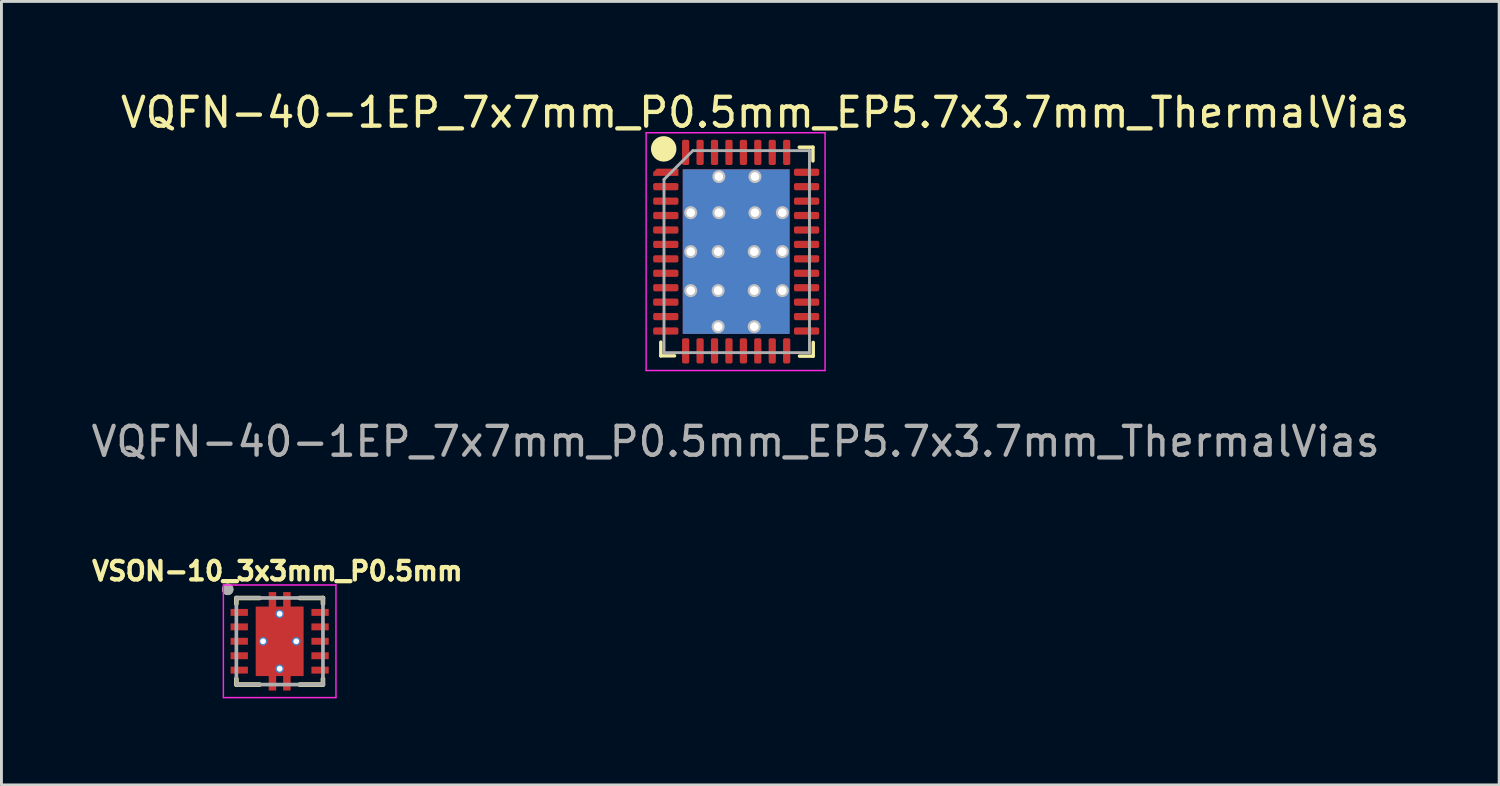
<source format=kicad_pcb>
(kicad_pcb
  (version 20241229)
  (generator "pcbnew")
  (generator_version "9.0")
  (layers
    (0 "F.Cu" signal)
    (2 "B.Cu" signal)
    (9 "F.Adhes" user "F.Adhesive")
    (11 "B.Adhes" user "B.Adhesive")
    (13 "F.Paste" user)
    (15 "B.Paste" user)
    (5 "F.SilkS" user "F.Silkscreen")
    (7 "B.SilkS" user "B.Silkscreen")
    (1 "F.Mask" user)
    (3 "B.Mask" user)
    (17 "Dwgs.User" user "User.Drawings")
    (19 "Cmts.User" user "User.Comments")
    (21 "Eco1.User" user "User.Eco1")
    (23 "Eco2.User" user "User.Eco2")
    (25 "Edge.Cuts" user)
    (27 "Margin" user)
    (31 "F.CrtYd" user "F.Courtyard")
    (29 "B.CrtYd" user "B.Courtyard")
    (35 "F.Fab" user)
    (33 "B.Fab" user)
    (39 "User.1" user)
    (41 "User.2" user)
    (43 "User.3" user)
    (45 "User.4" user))
  (footprint "VSON-10_3x3mm_P0.5mm"
    (layer "F.Cu")
    (at 6.639 19.168)
    (property "Reference" "VSON-10_3x3mm_P0.5mm" (at -0.078 -2.433 0) (layer "F.SilkS") (effects (font (size 0.64 0.64) (thickness 0.15))))
    (attr smd)
    (fp_poly (pts (xy -1.77 -1.19) (xy -1.03 -1.19) (xy -1.03 -0.81) (xy -1.77 -0.81)) (stroke (width 0.01) (type solid)) (fill yes) (layer "F.Mask"))
    (fp_poly (pts (xy -1.77 -0.69) (xy -1.03 -0.69) (xy -1.03 -0.31) (xy -1.77 -0.31)) (stroke (width 0.01) (type solid)) (fill yes) (layer "F.Mask"))
    (fp_poly (pts (xy -1.77 -0.19) (xy -1.03 -0.19) (xy -1.03 0.19) (xy -1.77 0.19)) (stroke (width 0.01) (type solid)) (fill yes) (layer "F.Mask"))
    (fp_poly (pts (xy -1.77 0.31) (xy -1.03 0.31) (xy -1.03 0.69) (xy -1.77 0.69)) (stroke (width 0.01) (type solid)) (fill yes) (layer "F.Mask"))
    (fp_poly (pts (xy -1.77 0.81) (xy -1.03 0.81) (xy -1.03 1.19) (xy -1.77 1.19)) (stroke (width 0.01) (type solid)) (fill yes) (layer "F.Mask"))
    (fp_poly (pts (xy 1.03 -1.19) (xy 1.77 -1.19) (xy 1.77 -0.81) (xy 1.03 -0.81)) (stroke (width 0.01) (type solid)) (fill yes) (layer "F.Mask"))
    (fp_poly (pts (xy 1.03 -0.69) (xy 1.77 -0.69) (xy 1.77 -0.31) (xy 1.03 -0.31)) (stroke (width 0.01) (type solid)) (fill yes) (layer "F.Mask"))
    (fp_poly (pts (xy 1.03 -0.19) (xy 1.77 -0.19) (xy 1.77 0.19) (xy 1.03 0.19)) (stroke (width 0.01) (type solid)) (fill yes) (layer "F.Mask"))
    (fp_poly (pts (xy 1.03 0.31) (xy 1.77 0.31) (xy 1.77 0.69) (xy 1.03 0.69)) (stroke (width 0.01) (type solid)) (fill yes) (layer "F.Mask"))
    (fp_poly (pts (xy 1.03 0.81) (xy 1.77 0.81) (xy 1.77 1.19) (xy 1.03 1.19)) (stroke (width 0.01) (type solid)) (fill yes) (layer "F.Mask"))
    (fp_poly (pts (xy -0.895 -1.27) (xy -0.445 -1.27) (xy -0.445 -1.77) (xy -0.055 -1.77) (xy -0.055 -1.27) (xy 0.055 -1.27) (xy 0.055 -1.77) (xy 0.445 -1.77) (xy 0.445 -1.27) (xy 0.895 -1.27) (xy 0.895 1.27) (xy 0.445 1.27) (xy 0.445 1.77) (xy 0.055 1.77) (xy 0.055 1.27) (xy -0.055 1.27) (xy -0.055 1.77) (xy -0.445 1.77) (xy -0.445 1.27) (xy -0.895 1.27)) (stroke (width 0.01) (type solid)) (fill yes) (layer "F.Mask"))
    (fp_line (start -1.5 -1.5) (end -1.5 -1.3) (stroke (width 0.159) (type solid)) (layer "F.SilkS"))
    (fp_line (start -1.5 -1.5) (end -0.695 -1.5) (stroke (width 0.159) (type solid)) (layer "F.SilkS"))
    (fp_line (start -1.5 1.3) (end -1.5 1.5) (stroke (width 0.159) (type solid)) (layer "F.SilkS"))
    (fp_line (start -1.5 1.5) (end -0.695 1.5) (stroke (width 0.159) (type solid)) (layer "F.SilkS"))
    (fp_line (start 0.695 -1.5) (end 1.5 -1.5) (stroke (width 0.159) (type solid)) (layer "F.SilkS"))
    (fp_line (start 0.695 1.5) (end 1.5 1.5) (stroke (width 0.159) (type solid)) (layer "F.SilkS"))
    (fp_line (start 1.5 -1.5) (end 1.5 -1.3) (stroke (width 0.159) (type solid)) (layer "F.SilkS"))
    (fp_line (start 1.5 1.3) (end 1.5 1.5) (stroke (width 0.159) (type solid)) (layer "F.SilkS"))
    (fp_circle (center -1.8 -1.8) (end -1.7 -1.8) (stroke (width 0.2) (type solid)) (fill no) (layer "F.SilkS"))
    (fp_poly (pts (xy -0.75 -1.16) (xy 0.75 -1.16) (xy 0.75 -0.1) (xy -0.75 -0.1)) (stroke (width 0.01) (type solid)) (fill yes) (layer "F.Paste"))
    (fp_poly (pts (xy -0.75 0.1) (xy 0.75 0.1) (xy 0.75 1.16) (xy -0.75 1.16)) (stroke (width 0.01) (type solid)) (fill yes) (layer "F.Paste"))
    (fp_poly (pts (xy -0.375 -1.7) (xy -0.125 -1.7) (xy -0.125 -1.36) (xy -0.375 -1.36)) (stroke (width 0.01) (type solid)) (fill yes) (layer "F.Paste"))
    (fp_poly (pts (xy -0.375 1.36) (xy -0.125 1.36) (xy -0.125 1.7) (xy -0.375 1.7)) (stroke (width 0.01) (type solid)) (fill yes) (layer "F.Paste"))
    (fp_poly (pts (xy 0.125 -1.7) (xy 0.375 -1.7) (xy 0.375 -1.36) (xy 0.125 -1.36)) (stroke (width 0.01) (type solid)) (fill yes) (layer "F.Paste"))
    (fp_poly (pts (xy 0.125 1.36) (xy 0.375 1.36) (xy 0.375 1.7) (xy 0.125 1.7)) (stroke (width 0.01) (type solid)) (fill yes) (layer "F.Paste"))
    (fp_line (start -1.95 -1.95) (end -1.95 1.95) (stroke (width 0.05) (type solid)) (layer "F.CrtYd"))
    (fp_line (start -1.95 -1.95) (end 1.95 -1.95) (stroke (width 0.05) (type solid)) (layer "F.CrtYd"))
    (fp_line (start -1.95 1.95) (end 1.95 1.95) (stroke (width 0.05) (type solid)) (layer "F.CrtYd"))
    (fp_line (start 1.95 -1.95) (end 1.95 1.95) (stroke (width 0.05) (type solid)) (layer "F.CrtYd"))
    (fp_line (start -1.5 -1.5) (end -1.5 1.5) (stroke (width 0.127) (type solid)) (layer "F.Fab"))
    (fp_line (start -1.5 -1.5) (end 1.5 -1.5) (stroke (width 0.127) (type solid)) (layer "F.Fab"))
    (fp_line (start -1.5 1.5) (end 1.5 1.5) (stroke (width 0.127) (type solid)) (layer "F.Fab"))
    (fp_line (start 1.5 -1.5) (end 1.5 1.5) (stroke (width 0.127) (type solid)) (layer "F.Fab"))
    (fp_circle (center -1.8 -1.8) (end -1.7 -1.8) (stroke (width 0.2) (type solid)) (fill no) (layer "F.Fab"))
    (pad "1" smd roundrect (at -1.4 -1) (size 0.6 0.24) (layers "F.Cu" "F.Paste") (roundrect_rratio 0.03))
    (pad "2" smd roundrect (at -1.4 -0.5) (size 0.6 0.24) (layers "F.Cu" "F.Paste") (roundrect_rratio 0.03))
    (pad "3" smd roundrect (at -1.4 0) (size 0.6 0.24) (layers "F.Cu" "F.Paste") (roundrect_rratio 0.03))
    (pad "4" smd roundrect (at -1.4 0.5) (size 0.6 0.24) (layers "F.Cu" "F.Paste") (roundrect_rratio 0.03))
    (pad "5" smd roundrect (at -1.4 1) (size 0.6 0.24) (layers "F.Cu" "F.Paste") (roundrect_rratio 0.03))
    (pad "6" smd roundrect (at 1.4 1) (size 0.6 0.24) (layers "F.Cu" "F.Paste") (roundrect_rratio 0.03))
    (pad "7" smd roundrect (at 1.4 0.5) (size 0.6 0.24) (layers "F.Cu" "F.Paste") (roundrect_rratio 0.03))
    (pad "8" smd roundrect (at 1.4 0) (size 0.6 0.24) (layers "F.Cu" "F.Paste") (roundrect_rratio 0.03))
    (pad "9" smd roundrect (at 1.4 -0.5) (size 0.6 0.24) (layers "F.Cu" "F.Paste") (roundrect_rratio 0.03))
    (pad "10" smd roundrect (at 1.4 -1) (size 0.6 0.24) (layers "F.Cu" "F.Paste") (roundrect_rratio 0.03))
    (pad "11" thru_hole circle (at -0.575 0) (size 0.3 0.3) (drill 0.2) (layers "*.Cu"))
    (pad "11" thru_hole circle (at 0 -0.95) (size 0.3 0.3) (drill 0.2) (layers "*.Cu"))
    (pad "11" smd custom (at 0 0) (size 1.65 2.4) (layers "F.Cu") (options (anchor rect)) (primitives (gr_poly (pts (xy -0.825 -1.2) (xy -0.375 -1.2) (xy -0.375 -1.7) (xy -0.125 -1.7) (xy -0.125 -1.2) (xy 0.125 -1.2) (xy 0.125 -1.7) (xy 0.375 -1.7) (xy 0.375 -1.2) (xy 0.825 -1.2) (xy 0.825 1.2) (xy 0.375 1.2) (xy 0.375 1.7) (xy 0.125 1.7) (xy 0.125 1.2) (xy -0.125 1.2) (xy -0.125 1.7) (xy -0.375 1.7) (xy -0.375 1.2) (xy -0.825 1.2)) (width 0.01) (fill yes))))
    (pad "11" thru_hole circle (at 0 0.95) (size 0.3 0.3) (drill 0.2) (layers "*.Cu"))
    (pad "11" thru_hole circle (at 0.575 0) (size 0.3 0.3) (drill 0.2) (layers "*.Cu")))
  (footprint "VQFN-40-1EP_7x7mm_P0.5mm_EP5.7x3.7mm_ThermalVias"
    (layer "F.Cu")
    (at 22.455 5.668)
    (property "Reference" "VQFN-40-1EP_7x7mm_P0.5mm_EP5.7x3.7mm_ThermalVias" (at 1 -4.82 0) (layer "F.SilkS") (effects (font (size 1 1) (thickness 0.15))))
    (attr smd)
    (fp_line (start -2.61 3.61) (end -2.61 3.135) (stroke (width 0.12) (type solid)) (layer "F.SilkS"))
    (fp_line (start -2.135 3.61) (end -2.61 3.61) (stroke (width 0.12) (type solid)) (layer "F.SilkS"))
    (fp_line (start 2.185 -3.618) (end 2.66 -3.618) (stroke (width 0.12) (type solid)) (layer "F.SilkS"))
    (fp_line (start 2.195 3.62) (end 2.67 3.62) (stroke (width 0.12) (type solid)) (layer "F.SilkS"))
    (fp_line (start 2.66 -3.618) (end 2.66 -3.143) (stroke (width 0.12) (type solid)) (layer "F.SilkS"))
    (fp_line (start 2.67 3.62) (end 2.67 3.145) (stroke (width 0.12) (type solid)) (layer "F.SilkS"))
    (fp_circle (center -2.511 -3.56) (end -2.123 -3.51) (stroke (width 0.1) (type solid)) (fill yes) (layer "F.SilkS"))
    (fp_line (start -3.12 -4.12) (end -3.12 4.12) (stroke (width 0.05) (type solid)) (layer "F.CrtYd"))
    (fp_line (start -3.12 4.12) (end 3.08 4.12) (stroke (width 0.05) (type solid)) (layer "F.CrtYd"))
    (fp_line (start 3.08 -4.12) (end -3.12 -4.12) (stroke (width 0.05) (type solid)) (layer "F.CrtYd"))
    (fp_line (start 3.08 4.12) (end 3.08 -4.12) (stroke (width 0.05) (type solid)) (layer "F.CrtYd"))
    (fp_line (start -2.5 -2.5) (end -1.5 -3.5) (stroke (width 0.1) (type solid)) (layer "F.Fab"))
    (fp_line (start -2.5 3.5) (end -2.5 -2.5) (stroke (width 0.1) (type solid)) (layer "F.Fab"))
    (fp_line (start -1.5 -3.5) (end 2.54 -3.5) (stroke (width 0.1) (type solid)) (layer "F.Fab"))
    (fp_line (start 2.54 -3.5) (end 2.54 3.5) (stroke (width 0.1) (type solid)) (layer "F.Fab"))
    (fp_line (start 2.54 3.5) (end -2.5 3.5) (stroke (width 0.1) (type solid)) (layer "F.Fab"))
    (fp_text user "${REFERENCE}" (at -0.02 6.58 0) (layer "F.Fab") (effects (font (size 1 1) (thickness 0.15))))
    (pad "" smd roundrect (at -0.86 1.38) (size 1.28 2.14) (layers "F.Paste") (roundrect_rratio 0.12))
    (pad "" smd roundrect (at -0.75 -1.47) (size 1.28 2.14) (layers "F.Paste") (roundrect_rratio 0.12))
    (pad "" smd roundrect (at 0.8 -1.48) (size 1.28 2.14) (layers "F.Paste") (roundrect_rratio 0.12))
    (pad "" smd roundrect (at 0.84 1.37) (size 1.28 2.14) (layers "F.Paste") (roundrect_rratio 0.12))
    (pad "1" smd roundrect (at -2.438 -2.75) (size 0.875 0.25) (layers "F.Cu" "F.Mask" "F.Paste") (roundrect_rratio 0) (chamfer_ratio 0.5) (chamfer top_left))
    (pad "2" smd roundrect (at -2.438 -2.25) (size 0.875 0.25) (layers "F.Cu" "F.Mask" "F.Paste") (roundrect_rratio 0.25))
    (pad "3" smd roundrect (at -2.438 -1.75) (size 0.875 0.25) (layers "F.Cu" "F.Mask" "F.Paste") (roundrect_rratio 0.25))
    (pad "4" smd roundrect (at -2.438 -1.25) (size 0.875 0.25) (layers "F.Cu" "F.Mask" "F.Paste") (roundrect_rratio 0.25))
    (pad "5" smd roundrect (at -2.438 -0.75) (size 0.875 0.25) (layers "F.Cu" "F.Mask" "F.Paste") (roundrect_rratio 0.25))
    (pad "6" smd roundrect (at -2.438 -0.25) (size 0.875 0.25) (layers "F.Cu" "F.Mask" "F.Paste") (roundrect_rratio 0.25))
    (pad "7" smd roundrect (at -2.438 0.25) (size 0.875 0.25) (layers "F.Cu" "F.Mask" "F.Paste") (roundrect_rratio 0.25))
    (pad "8" smd roundrect (at -2.438 0.75) (size 0.875 0.25) (layers "F.Cu" "F.Mask" "F.Paste") (roundrect_rratio 0.25))
    (pad "9" smd roundrect (at -2.438 1.25) (size 0.875 0.25) (layers "F.Cu" "F.Mask" "F.Paste") (roundrect_rratio 0.25))
    (pad "10" smd roundrect (at -2.438 1.75) (size 0.875 0.25) (layers "F.Cu" "F.Mask" "F.Paste") (roundrect_rratio 0.25))
    (pad "11" smd roundrect (at -2.438 2.25) (size 0.875 0.25) (layers "F.Cu" "F.Mask" "F.Paste") (roundrect_rratio 0.25))
    (pad "12" smd roundrect (at -2.438 2.75) (size 0.875 0.25) (layers "F.Cu" "F.Mask" "F.Paste") (roundrect_rratio 0.25))
    (pad "13" smd roundrect (at -1.75 3.438) (size 0.25 0.875) (layers "F.Cu" "F.Mask" "F.Paste") (roundrect_rratio 0.25))
    (pad "14" smd roundrect (at -1.25 3.438) (size 0.25 0.875) (layers "F.Cu" "F.Mask" "F.Paste") (roundrect_rratio 0.25))
    (pad "15" smd roundrect (at -0.75 3.438) (size 0.25 0.875) (layers "F.Cu" "F.Mask" "F.Paste") (roundrect_rratio 0.25))
    (pad "16" smd roundrect (at -0.25 3.438) (size 0.25 0.875) (layers "F.Cu" "F.Mask" "F.Paste") (roundrect_rratio 0.25))
    (pad "17" smd roundrect (at 0.25 3.438) (size 0.25 0.875) (layers "F.Cu" "F.Mask" "F.Paste") (roundrect_rratio 0.25))
    (pad "18" smd roundrect (at 0.75 3.438) (size 0.25 0.875) (layers "F.Cu" "F.Mask" "F.Paste") (roundrect_rratio 0.25))
    (pad "19" smd roundrect (at 1.25 3.438) (size 0.25 0.875) (layers "F.Cu" "F.Mask" "F.Paste") (roundrect_rratio 0.25))
    (pad "20" smd roundrect (at 1.75 3.438) (size 0.25 0.875) (layers "F.Cu" "F.Mask" "F.Paste") (roundrect_rratio 0.25))
    (pad "21" smd roundrect (at 2.44 2.75) (size 0.875 0.25) (layers "F.Cu" "F.Mask" "F.Paste") (roundrect_rratio 0.25))
    (pad "22" smd roundrect (at 2.44 2.25) (size 0.875 0.25) (layers "F.Cu" "F.Mask" "F.Paste") (roundrect_rratio 0.25))
    (pad "23" smd roundrect (at 2.44 1.75) (size 0.875 0.25) (layers "F.Cu" "F.Mask" "F.Paste") (roundrect_rratio 0.25))
    (pad "24" smd roundrect (at 2.44 1.25) (size 0.875 0.25) (layers "F.Cu" "F.Mask" "F.Paste") (roundrect_rratio 0.25))
    (pad "25" smd roundrect (at 2.44 0.75) (size 0.875 0.25) (layers "F.Cu" "F.Mask" "F.Paste") (roundrect_rratio 0.25))
    (pad "26" smd roundrect (at 2.44 0.25) (size 0.875 0.25) (layers "F.Cu" "F.Mask" "F.Paste") (roundrect_rratio 0.25))
    (pad "27" smd roundrect (at 2.44 -0.25) (size 0.875 0.25) (layers "F.Cu" "F.Mask" "F.Paste") (roundrect_rratio 0.25))
    (pad "28" smd roundrect (at 2.44 -0.75) (size 0.875 0.25) (layers "F.Cu" "F.Mask" "F.Paste") (roundrect_rratio 0.25))
    (pad "29" smd roundrect (at 2.44 -1.25) (size 0.875 0.25) (layers "F.Cu" "F.Mask" "F.Paste") (roundrect_rratio 0.25))
    (pad "30" smd roundrect (at 2.44 -1.75) (size 0.875 0.25) (layers "F.Cu" "F.Mask" "F.Paste") (roundrect_rratio 0.25))
    (pad "31" smd roundrect (at 2.44 -2.25) (size 0.875 0.25) (layers "F.Cu" "F.Mask" "F.Paste") (roundrect_rratio 0.25))
    (pad "32" smd roundrect (at 2.44 -2.75) (size 0.875 0.25) (layers "F.Cu" "F.Mask" "F.Paste") (roundrect_rratio 0.25))
    (pad "33" smd roundrect (at 1.75 -3.438) (size 0.25 0.875) (layers "F.Cu" "F.Mask" "F.Paste") (roundrect_rratio 0.25))
    (pad "34" smd roundrect (at 1.25 -3.438) (size 0.25 0.875) (layers "F.Cu" "F.Mask" "F.Paste") (roundrect_rratio 0.25))
    (pad "35" smd roundrect (at 0.75 -3.438) (size 0.25 0.875) (layers "F.Cu" "F.Mask" "F.Paste") (roundrect_rratio 0.25))
    (pad "36" smd roundrect (at 0.25 -3.438) (size 0.25 0.875) (layers "F.Cu" "F.Mask" "F.Paste") (roundrect_rratio 0.25))
    (pad "37" smd roundrect (at -0.25 -3.438) (size 0.25 0.875) (layers "F.Cu" "F.Mask" "F.Paste") (roundrect_rratio 0.25))
    (pad "38" smd roundrect (at -0.75 -3.438) (size 0.25 0.875) (layers "F.Cu" "F.Mask" "F.Paste") (roundrect_rratio 0.25))
    (pad "39" smd roundrect (at -1.25 -3.438) (size 0.25 0.875) (layers "F.Cu" "F.Mask" "F.Paste") (roundrect_rratio 0.25))
    (pad "40" smd roundrect (at -1.75 -3.438) (size 0.25 0.875) (layers "F.Cu" "F.Mask" "F.Paste") (roundrect_rratio 0.25))
    (pad "41" thru_hole circle (at -1.575 -1.35 180) (size 0.45 0.45) (drill 0.3) (layers "*.Cu" "Dwgs.User"))
    (pad "41" thru_hole circle (at -1.575 0 180) (size 0.45 0.45) (drill 0.3) (layers "*.Cu" "Dwgs.User"))
    (pad "41" thru_hole circle (at -1.575 1.35 180) (size 0.45 0.45) (drill 0.3) (layers "*.Cu" "Dwgs.User"))
    (pad "41" thru_hole circle (at -0.625 0 180) (size 0.45 0.45) (drill 0.3) (layers "*.Cu" "Dwgs.User"))
    (pad "41" thru_hole circle (at -0.625 1.35 180) (size 0.45 0.45) (drill 0.3) (layers "*.Cu" "Dwgs.User"))
    (pad "41" thru_hole circle (at -0.625 2.6 180) (size 0.45 0.45) (drill 0.3) (layers "*.Cu" "Dwgs.User"))
    (pad "41" thru_hole circle (at -0.6 -2.6 180) (size 0.45 0.45) (drill 0.3) (layers "*.Cu" "Dwgs.User"))
    (pad "41" thru_hole circle (at -0.6 -1.35 180) (size 0.45 0.45) (drill 0.3) (layers "*.Cu" "Dwgs.User"))
    (pad "41" smd rect (at 0 0) (size 3.7 5.7) (layers "F.Cu" "F.Mask"))
    (pad "41" smd rect (at 0 0) (size 3.7 5.7) (layers "B.Cu"))
    (pad "41" thru_hole circle (at 0.625 0 180) (size 0.45 0.45) (drill 0.3) (layers "*.Cu" "Dwgs.User"))
    (pad "41" thru_hole circle (at 0.625 1.35 180) (size 0.45 0.45) (drill 0.3) (layers "*.Cu" "Dwgs.User"))
    (pad "41" thru_hole circle (at 0.625 2.6 180) (size 0.45 0.45) (drill 0.3) (layers "*.Cu" "Dwgs.User"))
    (pad "41" thru_hole circle (at 0.65 -2.6 180) (size 0.45 0.45) (drill 0.3) (layers "*.Cu" "Dwgs.User"))
    (pad "41" thru_hole circle (at 0.65 -1.35 180) (size 0.45 0.45) (drill 0.3) (layers "*.Cu" "Dwgs.User"))
    (pad "41" thru_hole circle (at 1.6 -1.35 180) (size 0.45 0.45) (drill 0.3) (layers "*.Cu" "Dwgs.User"))
    (pad "41" thru_hole circle (at 1.6 0 180) (size 0.45 0.45) (drill 0.3) (layers "*.Cu" "Dwgs.User"))
    (pad "41" thru_hole circle (at 1.6 1.35 180) (size 0.45 0.45) (drill 0.3) (layers "*.Cu" "Dwgs.User")))
  (gr_rect
    (start -3 -3)
    (end 48.889 24.143)
    (stroke (width 0.1) (type default))
    (fill no)
    (layer "Edge.Cuts")))
</source>
